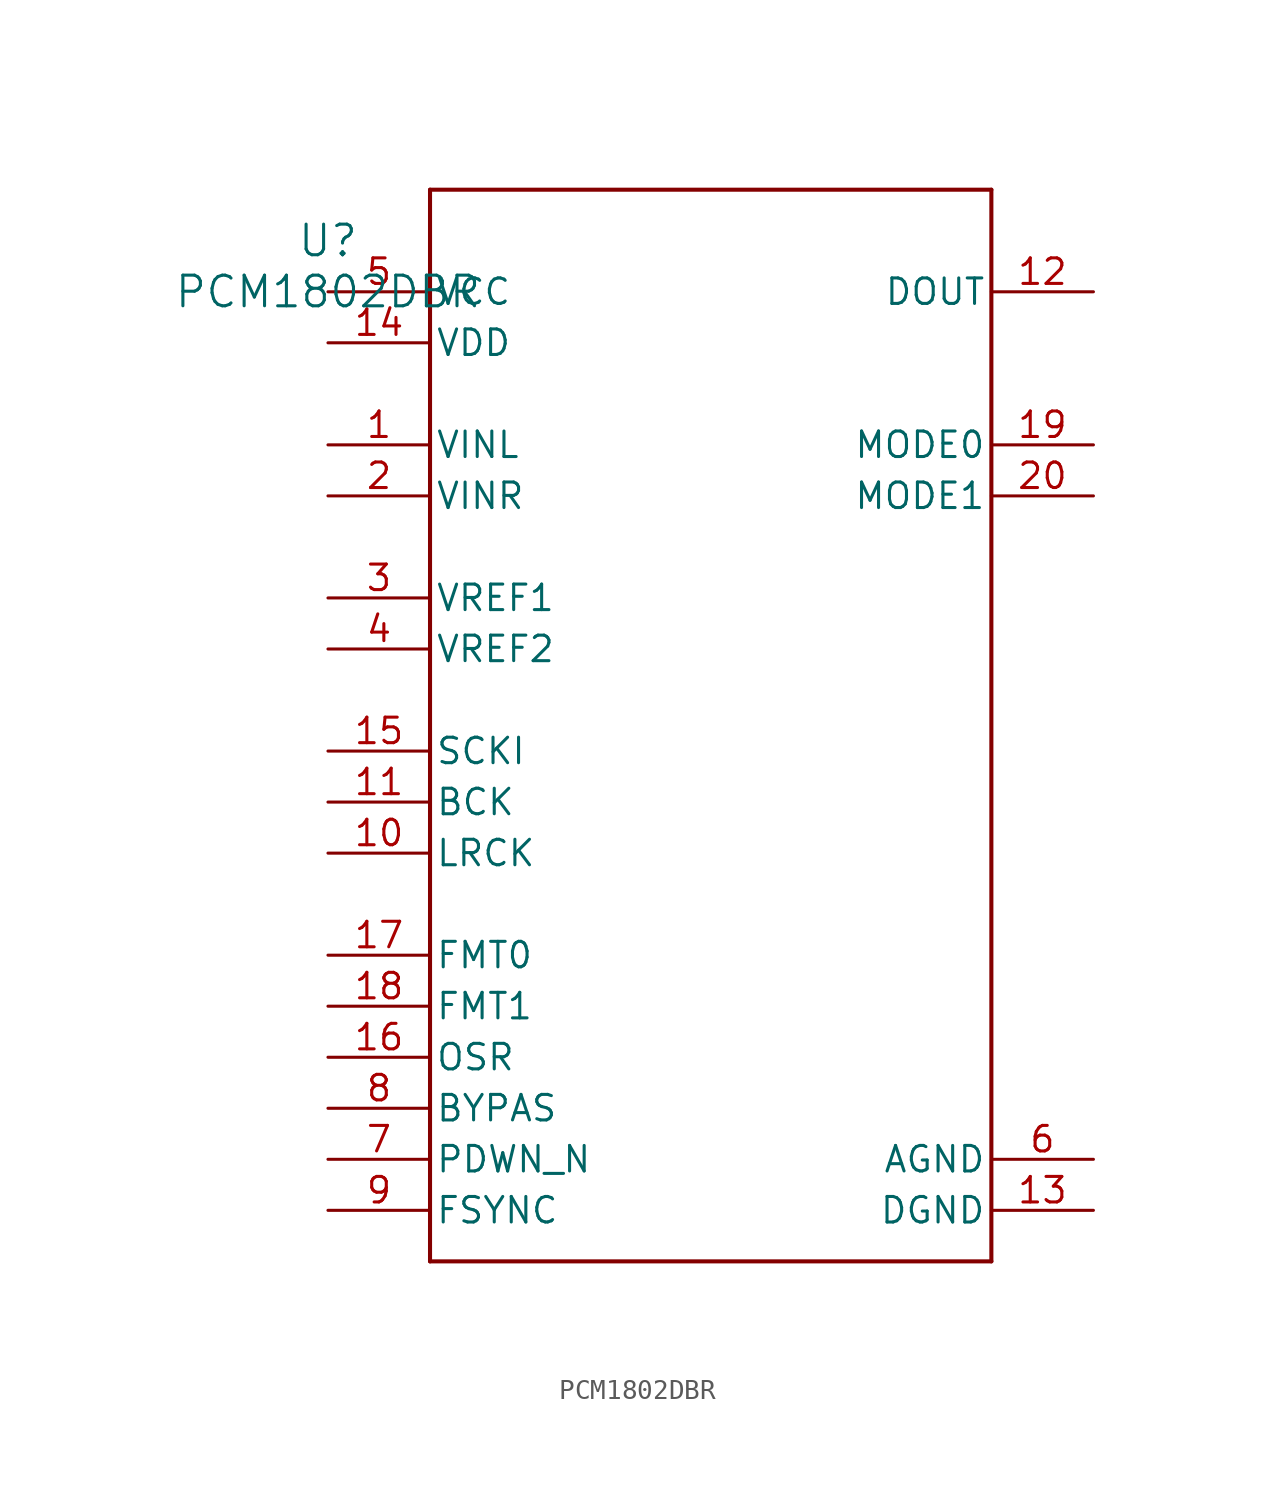
<source format=kicad_sym>
(kicad_symbol_lib
  (version 20211014)
  (generator kicad_symbol_editor)
  (symbol "PCM1802DBR"
    (pin_names
      (offset 0.254))
    (property "Reference" "U"
      (at 0 2.54 0)
      (effects (font (size 1.524 1.524))))
    (property "Value" "PCM1802DBR"
      (at 0 0 0)
      (effects (font (size 1.524 1.524))))
    (symbol "PCM1802DBR_0_1"
      (polyline (pts (xy 5.08 -48.26) (xy 33.02 -48.26)) (stroke (width 0.203) (type default) (color 0 0 0 0)) (fill (type none)))
      (polyline (pts (xy 33.02 -48.26) (xy 33.02 5.08)) (stroke (width 0.203) (type default) (color 0 0 0 0)) (fill (type none)))
      (polyline (pts (xy 33.02 5.08) (xy 5.08 5.08)) (stroke (width 0.203) (type default) (color 0 0 0 0)) (fill (type none)))
      (polyline (pts (xy 5.08 5.08) (xy 5.08 -48.26)) (stroke (width 0.203) (type default) (color 0 0 0 0)) (fill (type none)))
      (pin unspecified line (at 0 -7.62 0) (length 5.08) (name "VINL" (effects (font (size 1.27 1.27)))) (number "1" (effects (font (size 1.27 1.27)))))
      (pin unspecified line (at 0 -10.16 0) (length 5.08) (name "VINR" (effects (font (size 1.27 1.27)))) (number "2" (effects (font (size 1.27 1.27)))))
      (pin power_in line (at 0 -15.24 0) (length 5.08) (name "VREF1" (effects (font (size 1.27 1.27)))) (number "3" (effects (font (size 1.27 1.27)))))
      (pin power_in line (at 0 -17.78 0) (length 5.08) (name "VREF2" (effects (font (size 1.27 1.27)))) (number "4" (effects (font (size 1.27 1.27)))))
      (pin power_in line (at 0 0 0) (length 5.08) (name "VCC" (effects (font (size 1.27 1.27)))) (number "5" (effects (font (size 1.27 1.27)))))
      (pin power_in line (at 38.1 -43.18 180) (length 5.08) (name "AGND" (effects (font (size 1.27 1.27)))) (number "6" (effects (font (size 1.27 1.27)))))
      (pin input line (at 0 -43.18 0) (length 5.08) (name "PDWN_N" (effects (font (size 1.27 1.27)))) (number "7" (effects (font (size 1.27 1.27)))))
      (pin input line (at 0 -40.64 0) (length 5.08) (name "BYPAS" (effects (font (size 1.27 1.27)))) (number "8" (effects (font (size 1.27 1.27)))))
      (pin bidirectional line (at 0 -45.72 0) (length 5.08) (name "FSYNC" (effects (font (size 1.27 1.27)))) (number "9" (effects (font (size 1.27 1.27)))))
      (pin bidirectional line (at 0 -27.94 0) (length 5.08) (name "LRCK" (effects (font (size 1.27 1.27)))) (number "10" (effects (font (size 1.27 1.27)))))
      (pin bidirectional line (at 0 -25.4 0) (length 5.08) (name "BCK" (effects (font (size 1.27 1.27)))) (number "11" (effects (font (size 1.27 1.27)))))
      (pin output line (at 38.1 0 180) (length 5.08) (name "DOUT" (effects (font (size 1.27 1.27)))) (number "12" (effects (font (size 1.27 1.27)))))
      (pin power_in line (at 38.1 -45.72 180) (length 5.08) (name "DGND" (effects (font (size 1.27 1.27)))) (number "13" (effects (font (size 1.27 1.27)))))
      (pin power_in line (at 0 -2.54 0) (length 5.08) (name "VDD" (effects (font (size 1.27 1.27)))) (number "14" (effects (font (size 1.27 1.27)))))
      (pin input line (at 0 -22.86 0) (length 5.08) (name "SCKI" (effects (font (size 1.27 1.27)))) (number "15" (effects (font (size 1.27 1.27)))))
      (pin input line (at 0 -38.1 0) (length 5.08) (name "OSR" (effects (font (size 1.27 1.27)))) (number "16" (effects (font (size 1.27 1.27)))))
      (pin input line (at 0 -33.02 0) (length 5.08) (name "FMT0" (effects (font (size 1.27 1.27)))) (number "17" (effects (font (size 1.27 1.27)))))
      (pin input line (at 0 -35.56 0) (length 5.08) (name "FMT1" (effects (font (size 1.27 1.27)))) (number "18" (effects (font (size 1.27 1.27)))))
      (pin input line (at 38.1 -7.62 180) (length 5.08) (name "MODE0" (effects (font (size 1.27 1.27)))) (number "19" (effects (font (size 1.27 1.27)))))
      (pin input line (at 38.1 -10.16 180) (length 5.08) (name "MODE1" (effects (font (size 1.27 1.27)))) (number "20" (effects (font (size 1.27 1.27))))))))
</source>
